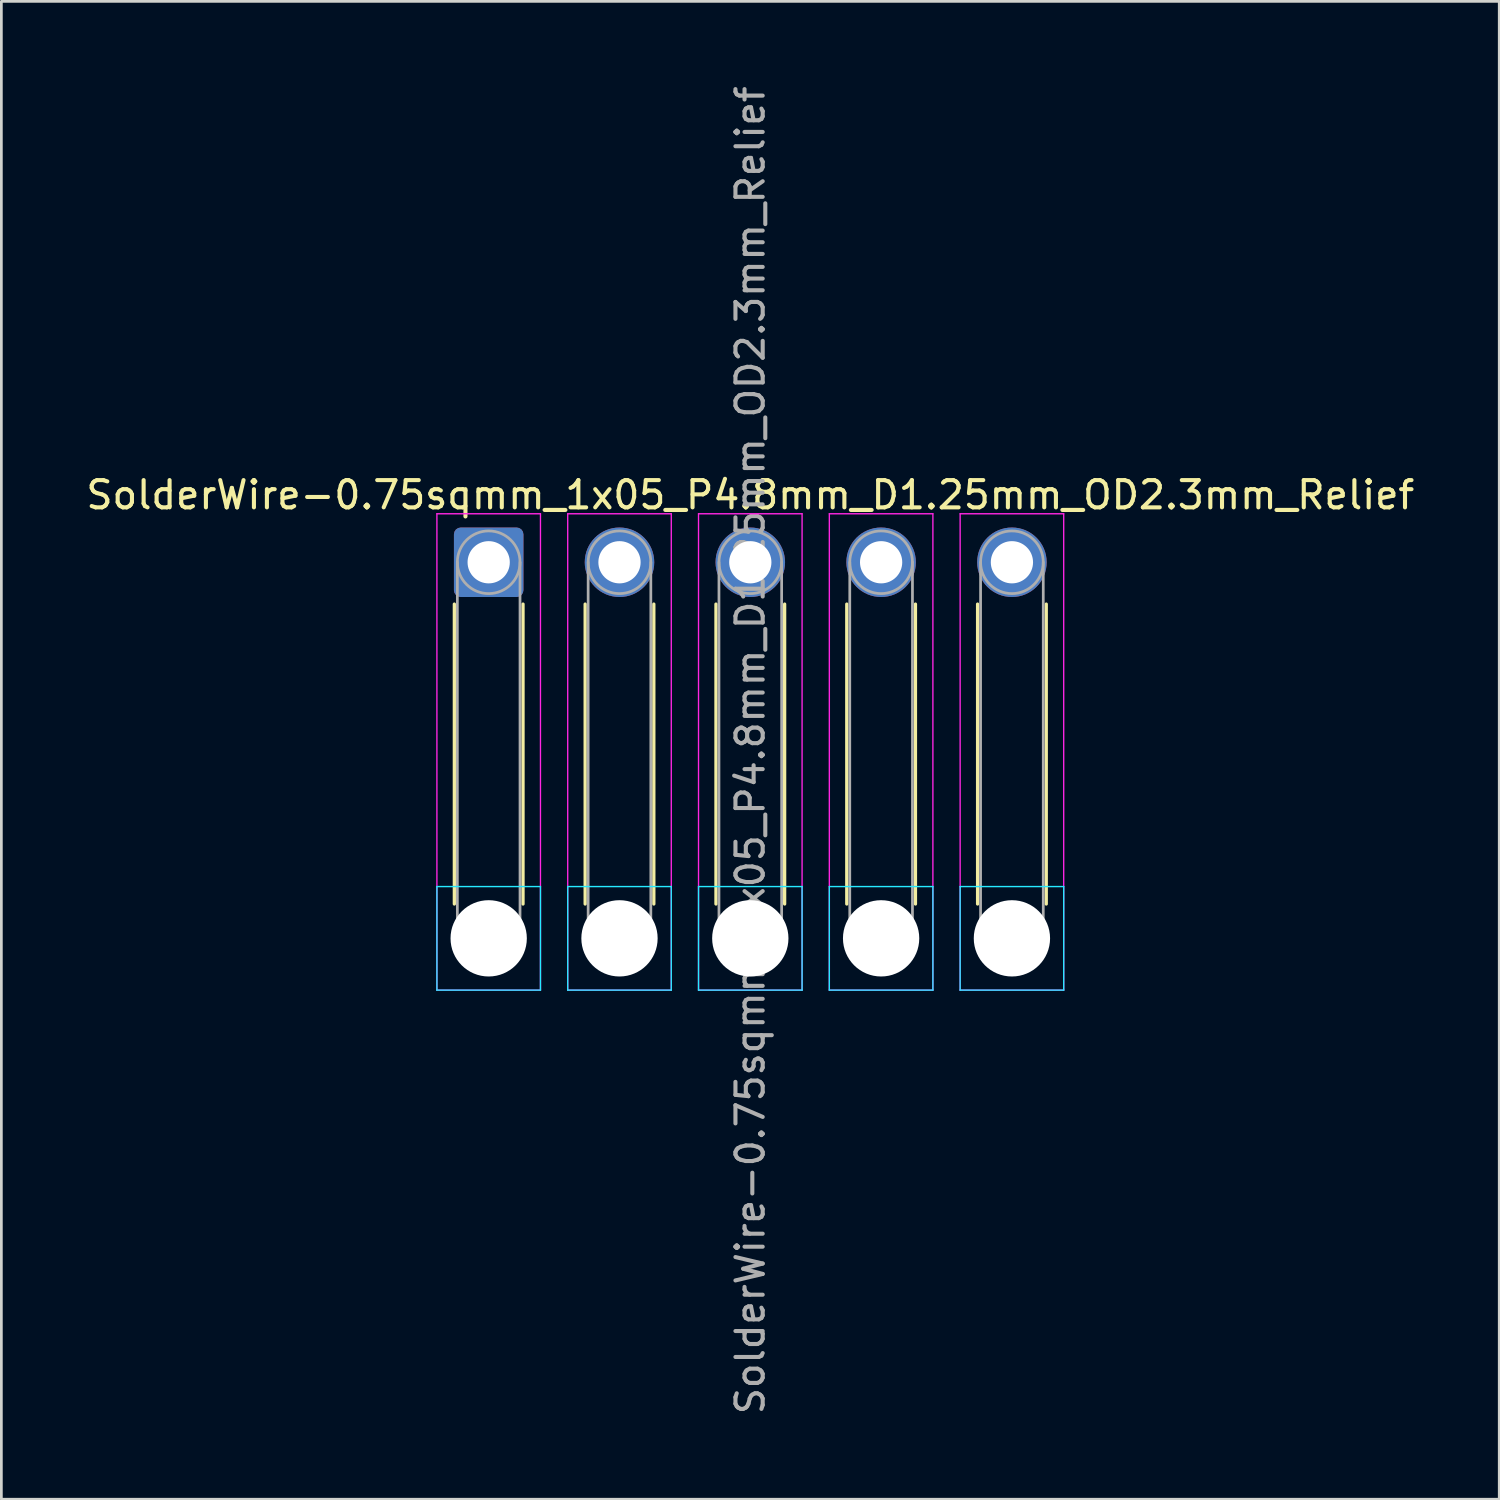
<source format=kicad_pcb>
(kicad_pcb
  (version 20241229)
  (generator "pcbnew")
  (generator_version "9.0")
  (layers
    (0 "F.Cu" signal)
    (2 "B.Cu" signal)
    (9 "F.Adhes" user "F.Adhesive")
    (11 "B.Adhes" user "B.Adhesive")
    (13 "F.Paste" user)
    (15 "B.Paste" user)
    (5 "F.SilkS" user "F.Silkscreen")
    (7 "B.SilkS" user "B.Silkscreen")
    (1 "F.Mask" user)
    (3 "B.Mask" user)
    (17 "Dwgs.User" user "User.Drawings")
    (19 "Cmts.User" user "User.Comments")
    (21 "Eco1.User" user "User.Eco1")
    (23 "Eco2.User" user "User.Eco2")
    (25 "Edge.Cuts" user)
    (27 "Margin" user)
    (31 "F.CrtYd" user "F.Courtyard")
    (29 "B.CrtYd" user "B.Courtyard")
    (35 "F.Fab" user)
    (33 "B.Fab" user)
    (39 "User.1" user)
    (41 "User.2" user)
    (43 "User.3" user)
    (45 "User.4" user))
  (footprint "SolderWire-0.75sqmm_1x05_P4.8mm_D1.25mm_OD2.3mm_Relief"
    (layer "F.Cu")
    (at 14.882 17.582)
    (property "Reference" "SolderWire-0.75sqmm_1x05_P4.8mm_D1.25mm_OD2.3mm_Relief" (at 9.6 -2.47 0) (layer "F.SilkS") (effects (font (size 1 1) (thickness 0.15))))
    (attr exclude_from_pos_files exclude_from_bom)
    (fp_line (start -1.26 1.535) (end -1.26 12.54) (stroke (width 0.12) (type solid)) (layer "F.SilkS"))
    (fp_line (start 1.26 1.535) (end 1.26 12.54) (stroke (width 0.12) (type solid)) (layer "F.SilkS"))
    (fp_line (start 3.54 1.535) (end 3.54 12.54) (stroke (width 0.12) (type solid)) (layer "F.SilkS"))
    (fp_line (start 6.06 1.535) (end 6.06 12.54) (stroke (width 0.12) (type solid)) (layer "F.SilkS"))
    (fp_line (start 8.34 1.535) (end 8.34 12.54) (stroke (width 0.12) (type solid)) (layer "F.SilkS"))
    (fp_line (start 10.86 1.535) (end 10.86 12.54) (stroke (width 0.12) (type solid)) (layer "F.SilkS"))
    (fp_line (start 13.14 1.535) (end 13.14 12.54) (stroke (width 0.12) (type solid)) (layer "F.SilkS"))
    (fp_line (start 15.66 1.535) (end 15.66 12.54) (stroke (width 0.12) (type solid)) (layer "F.SilkS"))
    (fp_line (start 17.94 1.535) (end 17.94 12.54) (stroke (width 0.12) (type solid)) (layer "F.SilkS"))
    (fp_line (start 20.46 1.535) (end 20.46 12.54) (stroke (width 0.12) (type solid)) (layer "F.SilkS"))
    (fp_line (start -1.9 11.9) (end -1.9 15.7) (stroke (width 0.05) (type solid)) (layer "B.CrtYd"))
    (fp_line (start -1.9 15.7) (end 1.9 15.7) (stroke (width 0.05) (type solid)) (layer "B.CrtYd"))
    (fp_line (start 1.9 11.9) (end -1.9 11.9) (stroke (width 0.05) (type solid)) (layer "B.CrtYd"))
    (fp_line (start 1.9 15.7) (end 1.9 11.9) (stroke (width 0.05) (type solid)) (layer "B.CrtYd"))
    (fp_line (start 2.9 11.9) (end 2.9 15.7) (stroke (width 0.05) (type solid)) (layer "B.CrtYd"))
    (fp_line (start 2.9 15.7) (end 6.7 15.7) (stroke (width 0.05) (type solid)) (layer "B.CrtYd"))
    (fp_line (start 6.7 11.9) (end 2.9 11.9) (stroke (width 0.05) (type solid)) (layer "B.CrtYd"))
    (fp_line (start 6.7 15.7) (end 6.7 11.9) (stroke (width 0.05) (type solid)) (layer "B.CrtYd"))
    (fp_line (start 7.7 11.9) (end 7.7 15.7) (stroke (width 0.05) (type solid)) (layer "B.CrtYd"))
    (fp_line (start 7.7 15.7) (end 11.5 15.7) (stroke (width 0.05) (type solid)) (layer "B.CrtYd"))
    (fp_line (start 11.5 11.9) (end 7.7 11.9) (stroke (width 0.05) (type solid)) (layer "B.CrtYd"))
    (fp_line (start 11.5 15.7) (end 11.5 11.9) (stroke (width 0.05) (type solid)) (layer "B.CrtYd"))
    (fp_line (start 12.5 11.9) (end 12.5 15.7) (stroke (width 0.05) (type solid)) (layer "B.CrtYd"))
    (fp_line (start 12.5 15.7) (end 16.3 15.7) (stroke (width 0.05) (type solid)) (layer "B.CrtYd"))
    (fp_line (start 16.3 11.9) (end 12.5 11.9) (stroke (width 0.05) (type solid)) (layer "B.CrtYd"))
    (fp_line (start 16.3 15.7) (end 16.3 11.9) (stroke (width 0.05) (type solid)) (layer "B.CrtYd"))
    (fp_line (start 17.3 11.9) (end 17.3 15.7) (stroke (width 0.05) (type solid)) (layer "B.CrtYd"))
    (fp_line (start 17.3 15.7) (end 21.1 15.7) (stroke (width 0.05) (type solid)) (layer "B.CrtYd"))
    (fp_line (start 21.1 11.9) (end 17.3 11.9) (stroke (width 0.05) (type solid)) (layer "B.CrtYd"))
    (fp_line (start 21.1 15.7) (end 21.1 11.9) (stroke (width 0.05) (type solid)) (layer "B.CrtYd"))
    (fp_line (start -1.9 -1.78) (end -1.9 15.7) (stroke (width 0.05) (type solid)) (layer "F.CrtYd"))
    (fp_line (start -1.9 15.7) (end 1.9 15.7) (stroke (width 0.05) (type solid)) (layer "F.CrtYd"))
    (fp_line (start 1.9 -1.78) (end -1.9 -1.78) (stroke (width 0.05) (type solid)) (layer "F.CrtYd"))
    (fp_line (start 1.9 15.7) (end 1.9 -1.78) (stroke (width 0.05) (type solid)) (layer "F.CrtYd"))
    (fp_line (start 2.9 -1.78) (end 2.9 15.7) (stroke (width 0.05) (type solid)) (layer "F.CrtYd"))
    (fp_line (start 2.9 15.7) (end 6.7 15.7) (stroke (width 0.05) (type solid)) (layer "F.CrtYd"))
    (fp_line (start 6.7 -1.78) (end 2.9 -1.78) (stroke (width 0.05) (type solid)) (layer "F.CrtYd"))
    (fp_line (start 6.7 15.7) (end 6.7 -1.78) (stroke (width 0.05) (type solid)) (layer "F.CrtYd"))
    (fp_line (start 7.7 -1.78) (end 7.7 15.7) (stroke (width 0.05) (type solid)) (layer "F.CrtYd"))
    (fp_line (start 7.7 15.7) (end 11.5 15.7) (stroke (width 0.05) (type solid)) (layer "F.CrtYd"))
    (fp_line (start 11.5 -1.78) (end 7.7 -1.78) (stroke (width 0.05) (type solid)) (layer "F.CrtYd"))
    (fp_line (start 11.5 15.7) (end 11.5 -1.78) (stroke (width 0.05) (type solid)) (layer "F.CrtYd"))
    (fp_line (start 12.5 -1.78) (end 12.5 15.7) (stroke (width 0.05) (type solid)) (layer "F.CrtYd"))
    (fp_line (start 12.5 15.7) (end 16.3 15.7) (stroke (width 0.05) (type solid)) (layer "F.CrtYd"))
    (fp_line (start 16.3 -1.78) (end 12.5 -1.78) (stroke (width 0.05) (type solid)) (layer "F.CrtYd"))
    (fp_line (start 16.3 15.7) (end 16.3 -1.78) (stroke (width 0.05) (type solid)) (layer "F.CrtYd"))
    (fp_line (start 17.3 -1.78) (end 17.3 15.7) (stroke (width 0.05) (type solid)) (layer "F.CrtYd"))
    (fp_line (start 17.3 15.7) (end 21.1 15.7) (stroke (width 0.05) (type solid)) (layer "F.CrtYd"))
    (fp_line (start 21.1 -1.78) (end 17.3 -1.78) (stroke (width 0.05) (type solid)) (layer "F.CrtYd"))
    (fp_line (start 21.1 15.7) (end 21.1 -1.78) (stroke (width 0.05) (type solid)) (layer "F.CrtYd"))
    (fp_line (start -1.15 0) (end -1.15 13.8) (stroke (width 0.1) (type solid)) (layer "F.Fab"))
    (fp_line (start 1.15 0) (end 1.15 13.8) (stroke (width 0.1) (type solid)) (layer "F.Fab"))
    (fp_line (start 3.65 0) (end 3.65 13.8) (stroke (width 0.1) (type solid)) (layer "F.Fab"))
    (fp_line (start 5.95 0) (end 5.95 13.8) (stroke (width 0.1) (type solid)) (layer "F.Fab"))
    (fp_line (start 8.45 0) (end 8.45 13.8) (stroke (width 0.1) (type solid)) (layer "F.Fab"))
    (fp_line (start 10.75 0) (end 10.75 13.8) (stroke (width 0.1) (type solid)) (layer "F.Fab"))
    (fp_line (start 13.25 0) (end 13.25 13.8) (stroke (width 0.1) (type solid)) (layer "F.Fab"))
    (fp_line (start 15.55 0) (end 15.55 13.8) (stroke (width 0.1) (type solid)) (layer "F.Fab"))
    (fp_line (start 18.05 0) (end 18.05 13.8) (stroke (width 0.1) (type solid)) (layer "F.Fab"))
    (fp_line (start 20.35 0) (end 20.35 13.8) (stroke (width 0.1) (type solid)) (layer "F.Fab"))
    (fp_circle (center 0 0) (end 1.15 0) (stroke (width 0.1) (type solid)) (fill no) (layer "F.Fab"))
    (fp_circle (center 0 13.8) (end 1.15 13.8) (stroke (width 0.1) (type solid)) (fill no) (layer "F.Fab"))
    (fp_circle (center 4.8 0) (end 5.95 0) (stroke (width 0.1) (type solid)) (fill no) (layer "F.Fab"))
    (fp_circle (center 4.8 13.8) (end 5.95 13.8) (stroke (width 0.1) (type solid)) (fill no) (layer "F.Fab"))
    (fp_circle (center 9.6 0) (end 10.75 0) (stroke (width 0.1) (type solid)) (fill no) (layer "F.Fab"))
    (fp_circle (center 9.6 13.8) (end 10.75 13.8) (stroke (width 0.1) (type solid)) (fill no) (layer "F.Fab"))
    (fp_circle (center 14.4 0) (end 15.55 0) (stroke (width 0.1) (type solid)) (fill no) (layer "F.Fab"))
    (fp_circle (center 14.4 13.8) (end 15.55 13.8) (stroke (width 0.1) (type solid)) (fill no) (layer "F.Fab"))
    (fp_circle (center 19.2 0) (end 20.35 0) (stroke (width 0.1) (type solid)) (fill no) (layer "F.Fab"))
    (fp_circle (center 19.2 13.8) (end 20.35 13.8) (stroke (width 0.1) (type solid)) (fill no) (layer "F.Fab"))
    (fp_text user "${REFERENCE}" (at 9.6 6.9 90) (layer "F.Fab") (effects (font (size 1 1) (thickness 0.15))))
    (pad "" np_thru_hole circle (at 0 13.8) (size 2.8 2.8) (drill 2.8) (layers "*.Cu" "*.Mask"))
    (pad "" np_thru_hole circle (at 4.8 13.8) (size 2.8 2.8) (drill 2.8) (layers "*.Cu" "*.Mask"))
    (pad "" np_thru_hole circle (at 9.6 13.8) (size 2.8 2.8) (drill 2.8) (layers "*.Cu" "*.Mask"))
    (pad "" np_thru_hole circle (at 14.4 13.8) (size 2.8 2.8) (drill 2.8) (layers "*.Cu" "*.Mask"))
    (pad "" np_thru_hole circle (at 19.2 13.8) (size 2.8 2.8) (drill 2.8) (layers "*.Cu" "*.Mask"))
    (pad "1" thru_hole roundrect (at 0 0) (size 2.55 2.55) (drill 1.55) (layers "*.Cu" "*.Mask") (roundrect_rratio 0.098))
    (pad "2" thru_hole circle (at 4.8 0) (size 2.55 2.55) (drill 1.55) (layers "*.Cu" "*.Mask"))
    (pad "3" thru_hole circle (at 9.6 0) (size 2.55 2.55) (drill 1.55) (layers "*.Cu" "*.Mask"))
    (pad "4" thru_hole circle (at 14.4 0) (size 2.55 2.55) (drill 1.55) (layers "*.Cu" "*.Mask"))
    (pad "5" thru_hole circle (at 19.2 0) (size 2.55 2.55) (drill 1.55) (layers "*.Cu" "*.Mask")))
  (gr_rect
    (start -3 -3)
    (end 51.964 51.964)
    (stroke (width 0.1) (type default))
    (fill no)
    (layer "Edge.Cuts")))
</source>
